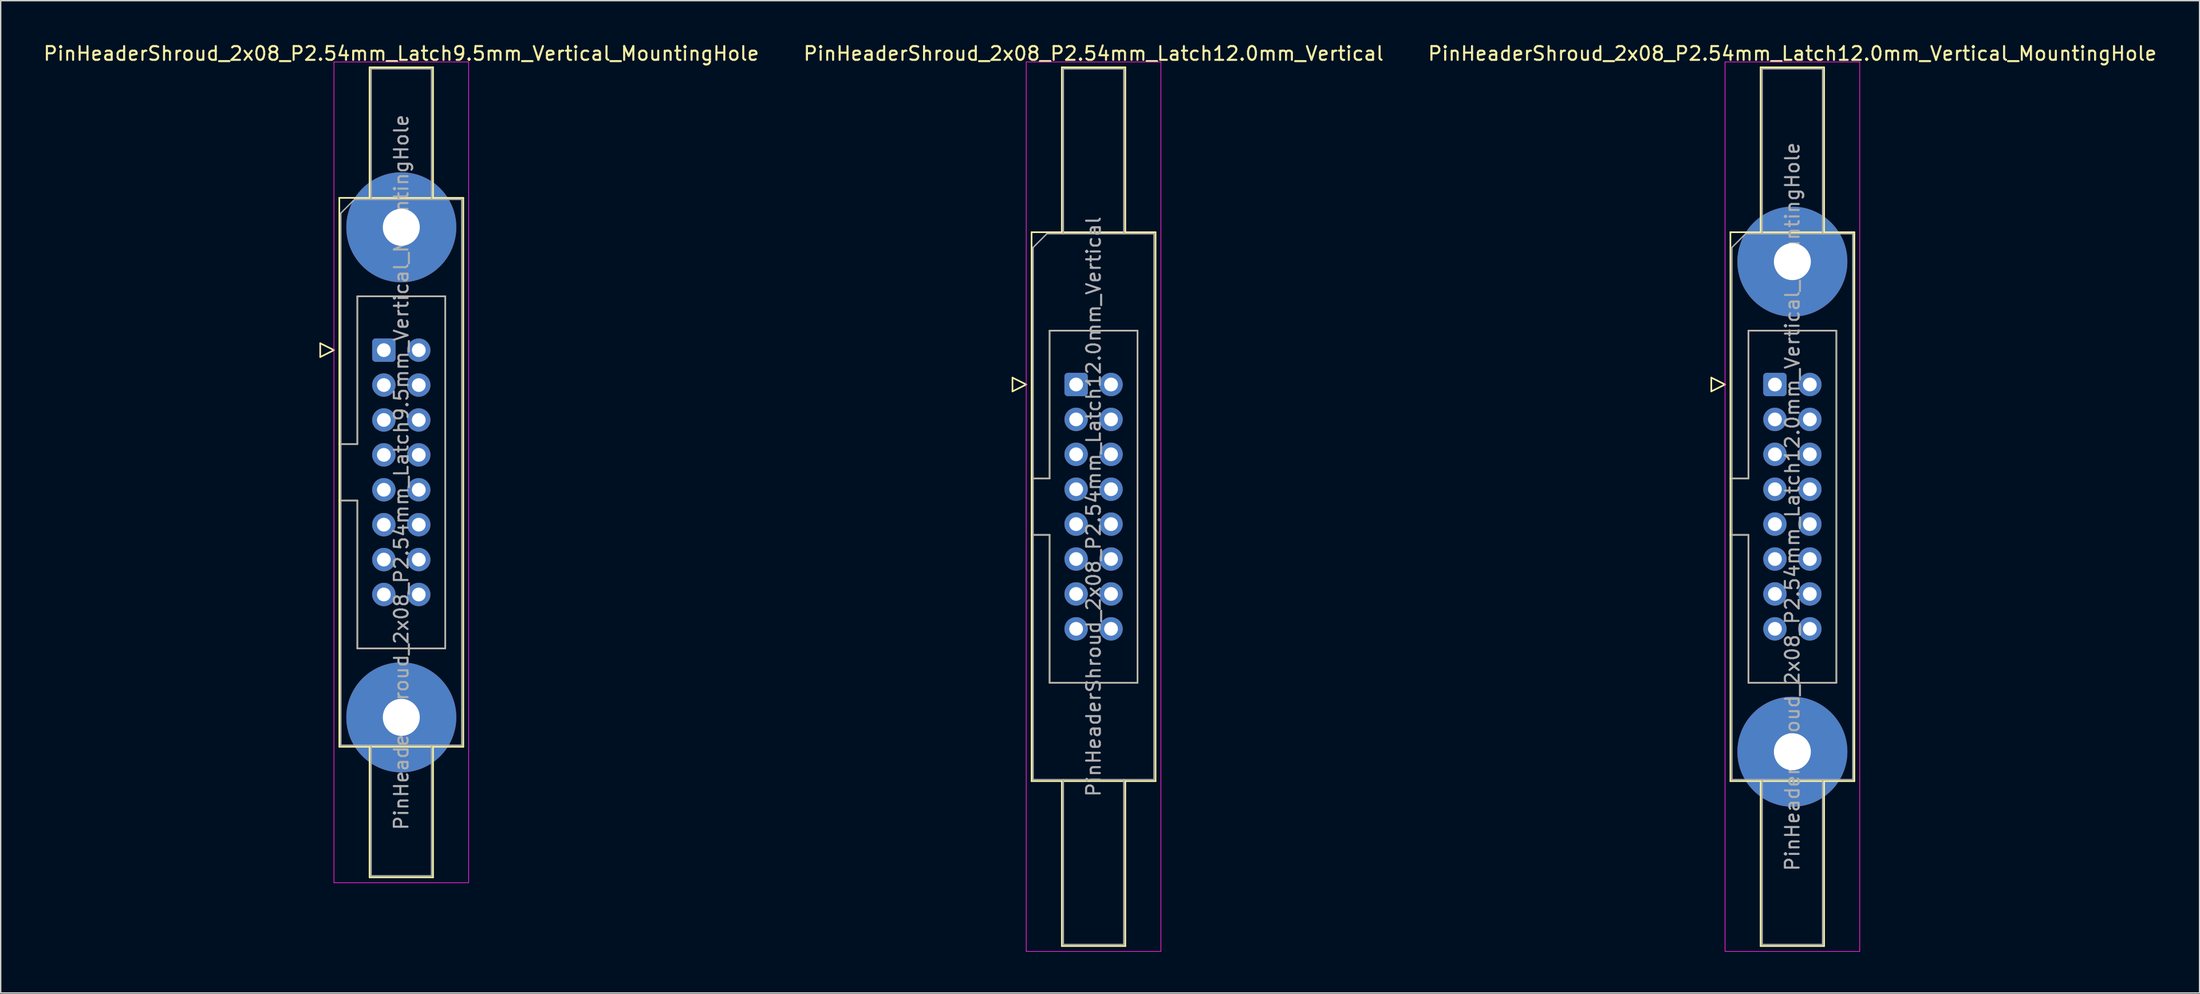
<source format=kicad_pcb>
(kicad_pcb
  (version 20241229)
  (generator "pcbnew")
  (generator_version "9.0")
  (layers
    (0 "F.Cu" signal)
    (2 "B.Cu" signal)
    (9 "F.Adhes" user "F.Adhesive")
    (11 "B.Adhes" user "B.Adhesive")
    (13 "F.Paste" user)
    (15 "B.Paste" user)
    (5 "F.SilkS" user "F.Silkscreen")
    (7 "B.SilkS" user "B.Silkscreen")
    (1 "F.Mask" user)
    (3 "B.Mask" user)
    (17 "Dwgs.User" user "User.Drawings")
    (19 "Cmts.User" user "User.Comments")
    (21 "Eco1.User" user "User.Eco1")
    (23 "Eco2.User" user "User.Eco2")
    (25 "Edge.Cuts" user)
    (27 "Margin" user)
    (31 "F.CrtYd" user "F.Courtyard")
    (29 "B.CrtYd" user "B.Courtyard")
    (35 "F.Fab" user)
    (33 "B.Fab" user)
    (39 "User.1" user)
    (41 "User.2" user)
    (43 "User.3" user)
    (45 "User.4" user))
  (footprint "PinHeaderShroud_2x08_P2.54mm_Latch12.0mm_Vertical"
    (layer "F.Cu")
    (at 75.248 24.928)
    (property "Reference" "PinHeaderShroud_2x08_P2.54mm_Latch12.0mm_Vertical" (at 1.27 -24.08 0) (layer "F.SilkS") (effects (font (size 1 1) (thickness 0.15))))
    (attr through_hole)
    (fp_line (start -4.63 -0.5) (end -4.63 0.5) (stroke (width 0.12) (type solid)) (layer "F.SilkS"))
    (fp_line (start -4.63 0.5) (end -3.63 0) (stroke (width 0.12) (type solid)) (layer "F.SilkS"))
    (fp_line (start -3.63 0) (end -4.63 -0.5) (stroke (width 0.12) (type solid)) (layer "F.SilkS"))
    (fp_line (start -3.24 -11.08) (end 5.78 -11.08) (stroke (width 0.12) (type solid)) (layer "F.SilkS"))
    (fp_line (start -3.24 6.84) (end -1.93 6.84) (stroke (width 0.12) (type solid)) (layer "F.SilkS"))
    (fp_line (start -3.24 10.94) (end -1.93 10.94) (stroke (width 0.12) (type solid)) (layer "F.SilkS"))
    (fp_line (start -3.24 28.86) (end -3.24 -11.08) (stroke (width 0.12) (type solid)) (layer "F.SilkS"))
    (fp_line (start -1.93 -3.92) (end 4.47 -3.92) (stroke (width 0.12) (type solid)) (layer "F.SilkS"))
    (fp_line (start -1.93 6.84) (end -1.93 -3.92) (stroke (width 0.12) (type solid)) (layer "F.SilkS"))
    (fp_line (start -1.93 21.7) (end -1.93 10.94) (stroke (width 0.12) (type solid)) (layer "F.SilkS"))
    (fp_line (start -1.04 -23.08) (end 3.58 -23.08) (stroke (width 0.12) (type solid)) (layer "F.SilkS"))
    (fp_line (start -1.04 -11.08) (end -1.04 -23.08) (stroke (width 0.12) (type solid)) (layer "F.SilkS"))
    (fp_line (start -1.04 28.86) (end -1.04 40.86) (stroke (width 0.12) (type solid)) (layer "F.SilkS"))
    (fp_line (start -1.04 40.86) (end 3.58 40.86) (stroke (width 0.12) (type solid)) (layer "F.SilkS"))
    (fp_line (start 3.58 -23.08) (end 3.58 -11.08) (stroke (width 0.12) (type solid)) (layer "F.SilkS"))
    (fp_line (start 3.58 40.86) (end 3.58 28.86) (stroke (width 0.12) (type solid)) (layer "F.SilkS"))
    (fp_line (start 4.47 -3.92) (end 4.47 21.7) (stroke (width 0.12) (type solid)) (layer "F.SilkS"))
    (fp_line (start 4.47 21.7) (end -1.93 21.7) (stroke (width 0.12) (type solid)) (layer "F.SilkS"))
    (fp_line (start 5.78 -11.08) (end 5.78 28.86) (stroke (width 0.12) (type solid)) (layer "F.SilkS"))
    (fp_line (start 5.78 28.86) (end -3.24 28.86) (stroke (width 0.12) (type solid)) (layer "F.SilkS"))
    (fp_line (start -3.63 -23.47) (end -3.63 41.25) (stroke (width 0.05) (type solid)) (layer "F.CrtYd"))
    (fp_line (start -3.63 41.25) (end 6.17 41.25) (stroke (width 0.05) (type solid)) (layer "F.CrtYd"))
    (fp_line (start 6.17 -23.47) (end -3.63 -23.47) (stroke (width 0.05) (type solid)) (layer "F.CrtYd"))
    (fp_line (start 6.17 41.25) (end 6.17 -23.47) (stroke (width 0.05) (type solid)) (layer "F.CrtYd"))
    (fp_line (start -3.13 -9.97) (end -2.13 -10.97) (stroke (width 0.1) (type solid)) (layer "F.Fab"))
    (fp_line (start -3.13 6.84) (end -1.93 6.84) (stroke (width 0.1) (type solid)) (layer "F.Fab"))
    (fp_line (start -3.13 10.94) (end -1.93 10.94) (stroke (width 0.1) (type solid)) (layer "F.Fab"))
    (fp_line (start -3.13 28.75) (end -3.13 -9.97) (stroke (width 0.1) (type solid)) (layer "F.Fab"))
    (fp_line (start -2.13 -10.97) (end 5.67 -10.97) (stroke (width 0.1) (type solid)) (layer "F.Fab"))
    (fp_line (start -1.93 -3.92) (end 4.47 -3.92) (stroke (width 0.1) (type solid)) (layer "F.Fab"))
    (fp_line (start -1.93 6.84) (end -1.93 -3.92) (stroke (width 0.1) (type solid)) (layer "F.Fab"))
    (fp_line (start -1.93 21.7) (end -1.93 10.94) (stroke (width 0.1) (type solid)) (layer "F.Fab"))
    (fp_line (start -0.93 -22.97) (end 3.47 -22.97) (stroke (width 0.1) (type solid)) (layer "F.Fab"))
    (fp_line (start -0.93 -10.97) (end -0.93 -22.97) (stroke (width 0.1) (type solid)) (layer "F.Fab"))
    (fp_line (start -0.93 28.75) (end -0.93 40.75) (stroke (width 0.1) (type solid)) (layer "F.Fab"))
    (fp_line (start -0.93 40.75) (end 3.47 40.75) (stroke (width 0.1) (type solid)) (layer "F.Fab"))
    (fp_line (start 3.47 -22.97) (end 3.47 -10.97) (stroke (width 0.1) (type solid)) (layer "F.Fab"))
    (fp_line (start 3.47 40.75) (end 3.47 28.75) (stroke (width 0.1) (type solid)) (layer "F.Fab"))
    (fp_line (start 4.47 -3.92) (end 4.47 21.7) (stroke (width 0.1) (type solid)) (layer "F.Fab"))
    (fp_line (start 4.47 21.7) (end -1.93 21.7) (stroke (width 0.1) (type solid)) (layer "F.Fab"))
    (fp_line (start 5.67 -10.97) (end 5.67 28.75) (stroke (width 0.1) (type solid)) (layer "F.Fab"))
    (fp_line (start 5.67 28.75) (end -3.13 28.75) (stroke (width 0.1) (type solid)) (layer "F.Fab"))
    (fp_text user "${REFERENCE}" (at 1.27 8.89 90) (layer "F.Fab") (effects (font (size 1 1) (thickness 0.15))))
    (pad "1" thru_hole roundrect (at 0 0) (size 1.7 1.7) (drill 1) (layers "*.Cu" "*.Mask") (roundrect_rratio 0.147))
    (pad "2" thru_hole circle (at 2.54 0) (size 1.7 1.7) (drill 1) (layers "*.Cu" "*.Mask"))
    (pad "3" thru_hole circle (at 0 2.54) (size 1.7 1.7) (drill 1) (layers "*.Cu" "*.Mask"))
    (pad "4" thru_hole circle (at 2.54 2.54) (size 1.7 1.7) (drill 1) (layers "*.Cu" "*.Mask"))
    (pad "5" thru_hole circle (at 0 5.08) (size 1.7 1.7) (drill 1) (layers "*.Cu" "*.Mask"))
    (pad "6" thru_hole circle (at 2.54 5.08) (size 1.7 1.7) (drill 1) (layers "*.Cu" "*.Mask"))
    (pad "7" thru_hole circle (at 0 7.62) (size 1.7 1.7) (drill 1) (layers "*.Cu" "*.Mask"))
    (pad "8" thru_hole circle (at 2.54 7.62) (size 1.7 1.7) (drill 1) (layers "*.Cu" "*.Mask"))
    (pad "9" thru_hole circle (at 0 10.16) (size 1.7 1.7) (drill 1) (layers "*.Cu" "*.Mask"))
    (pad "10" thru_hole circle (at 2.54 10.16) (size 1.7 1.7) (drill 1) (layers "*.Cu" "*.Mask"))
    (pad "11" thru_hole circle (at 0 12.7) (size 1.7 1.7) (drill 1) (layers "*.Cu" "*.Mask"))
    (pad "12" thru_hole circle (at 2.54 12.7) (size 1.7 1.7) (drill 1) (layers "*.Cu" "*.Mask"))
    (pad "13" thru_hole circle (at 0 15.24) (size 1.7 1.7) (drill 1) (layers "*.Cu" "*.Mask"))
    (pad "14" thru_hole circle (at 2.54 15.24) (size 1.7 1.7) (drill 1) (layers "*.Cu" "*.Mask"))
    (pad "15" thru_hole circle (at 0 17.78) (size 1.7 1.7) (drill 1) (layers "*.Cu" "*.Mask"))
    (pad "16" thru_hole circle (at 2.54 17.78) (size 1.7 1.7) (drill 1) (layers "*.Cu" "*.Mask")))
  (footprint "PinHeaderShroud_2x08_P2.54mm_Latch12.0mm_Vertical_MountingHole"
    (layer "F.Cu")
    (at 126.093 24.928)
    (property "Reference" "PinHeaderShroud_2x08_P2.54mm_Latch12.0mm_Vertical_MountingHole" (at 1.27 -24.08 0) (layer "F.SilkS") (effects (font (size 1 1) (thickness 0.15))))
    (attr through_hole)
    (fp_line (start -4.63 -0.5) (end -4.63 0.5) (stroke (width 0.12) (type solid)) (layer "F.SilkS"))
    (fp_line (start -4.63 0.5) (end -3.63 0) (stroke (width 0.12) (type solid)) (layer "F.SilkS"))
    (fp_line (start -3.63 0) (end -4.63 -0.5) (stroke (width 0.12) (type solid)) (layer "F.SilkS"))
    (fp_line (start -3.24 -11.08) (end 5.78 -11.08) (stroke (width 0.12) (type solid)) (layer "F.SilkS"))
    (fp_line (start -3.24 6.84) (end -1.93 6.84) (stroke (width 0.12) (type solid)) (layer "F.SilkS"))
    (fp_line (start -3.24 10.94) (end -1.93 10.94) (stroke (width 0.12) (type solid)) (layer "F.SilkS"))
    (fp_line (start -3.24 28.86) (end -3.24 -11.08) (stroke (width 0.12) (type solid)) (layer "F.SilkS"))
    (fp_line (start -1.93 -3.92) (end 4.47 -3.92) (stroke (width 0.12) (type solid)) (layer "F.SilkS"))
    (fp_line (start -1.93 6.84) (end -1.93 -3.92) (stroke (width 0.12) (type solid)) (layer "F.SilkS"))
    (fp_line (start -1.93 21.7) (end -1.93 10.94) (stroke (width 0.12) (type solid)) (layer "F.SilkS"))
    (fp_line (start -1.04 -23.08) (end 3.58 -23.08) (stroke (width 0.12) (type solid)) (layer "F.SilkS"))
    (fp_line (start -1.04 -11.08) (end -1.04 -23.08) (stroke (width 0.12) (type solid)) (layer "F.SilkS"))
    (fp_line (start -1.04 28.86) (end -1.04 40.86) (stroke (width 0.12) (type solid)) (layer "F.SilkS"))
    (fp_line (start -1.04 40.86) (end 3.58 40.86) (stroke (width 0.12) (type solid)) (layer "F.SilkS"))
    (fp_line (start 3.58 -23.08) (end 3.58 -11.08) (stroke (width 0.12) (type solid)) (layer "F.SilkS"))
    (fp_line (start 3.58 40.86) (end 3.58 28.86) (stroke (width 0.12) (type solid)) (layer "F.SilkS"))
    (fp_line (start 4.47 -3.92) (end 4.47 21.7) (stroke (width 0.12) (type solid)) (layer "F.SilkS"))
    (fp_line (start 4.47 21.7) (end -1.93 21.7) (stroke (width 0.12) (type solid)) (layer "F.SilkS"))
    (fp_line (start 5.78 -11.08) (end 5.78 28.86) (stroke (width 0.12) (type solid)) (layer "F.SilkS"))
    (fp_line (start 5.78 28.86) (end -3.24 28.86) (stroke (width 0.12) (type solid)) (layer "F.SilkS"))
    (fp_line (start -3.63 -23.47) (end -3.63 41.25) (stroke (width 0.05) (type solid)) (layer "F.CrtYd"))
    (fp_line (start -3.63 41.25) (end 6.17 41.25) (stroke (width 0.05) (type solid)) (layer "F.CrtYd"))
    (fp_line (start 6.17 -23.47) (end -3.63 -23.47) (stroke (width 0.05) (type solid)) (layer "F.CrtYd"))
    (fp_line (start 6.17 41.25) (end 6.17 -23.47) (stroke (width 0.05) (type solid)) (layer "F.CrtYd"))
    (fp_line (start -3.13 -9.97) (end -2.13 -10.97) (stroke (width 0.1) (type solid)) (layer "F.Fab"))
    (fp_line (start -3.13 6.84) (end -1.93 6.84) (stroke (width 0.1) (type solid)) (layer "F.Fab"))
    (fp_line (start -3.13 10.94) (end -1.93 10.94) (stroke (width 0.1) (type solid)) (layer "F.Fab"))
    (fp_line (start -3.13 28.75) (end -3.13 -9.97) (stroke (width 0.1) (type solid)) (layer "F.Fab"))
    (fp_line (start -2.13 -10.97) (end 5.67 -10.97) (stroke (width 0.1) (type solid)) (layer "F.Fab"))
    (fp_line (start -1.93 -3.92) (end 4.47 -3.92) (stroke (width 0.1) (type solid)) (layer "F.Fab"))
    (fp_line (start -1.93 6.84) (end -1.93 -3.92) (stroke (width 0.1) (type solid)) (layer "F.Fab"))
    (fp_line (start -1.93 21.7) (end -1.93 10.94) (stroke (width 0.1) (type solid)) (layer "F.Fab"))
    (fp_line (start -0.93 -22.97) (end 3.47 -22.97) (stroke (width 0.1) (type solid)) (layer "F.Fab"))
    (fp_line (start -0.93 -10.97) (end -0.93 -22.97) (stroke (width 0.1) (type solid)) (layer "F.Fab"))
    (fp_line (start -0.93 28.75) (end -0.93 40.75) (stroke (width 0.1) (type solid)) (layer "F.Fab"))
    (fp_line (start -0.93 40.75) (end 3.47 40.75) (stroke (width 0.1) (type solid)) (layer "F.Fab"))
    (fp_line (start 3.47 -22.97) (end 3.47 -10.97) (stroke (width 0.1) (type solid)) (layer "F.Fab"))
    (fp_line (start 3.47 40.75) (end 3.47 28.75) (stroke (width 0.1) (type solid)) (layer "F.Fab"))
    (fp_line (start 4.47 -3.92) (end 4.47 21.7) (stroke (width 0.1) (type solid)) (layer "F.Fab"))
    (fp_line (start 4.47 21.7) (end -1.93 21.7) (stroke (width 0.1) (type solid)) (layer "F.Fab"))
    (fp_line (start 5.67 -10.97) (end 5.67 28.75) (stroke (width 0.1) (type solid)) (layer "F.Fab"))
    (fp_line (start 5.67 28.75) (end -3.13 28.75) (stroke (width 0.1) (type solid)) (layer "F.Fab"))
    (fp_text user "${REFERENCE}" (at 1.27 8.89 90) (layer "F.Fab") (effects (font (size 1 1) (thickness 0.15))))
    (pad "" thru_hole circle (at 1.27 -8.94) (size 8 8) (drill 2.69) (layers "*.Cu" "*.Mask"))
    (pad "" thru_hole circle (at 1.27 26.72) (size 8 8) (drill 2.69) (layers "*.Cu" "*.Mask"))
    (pad "1" thru_hole roundrect (at 0 0) (size 1.7 1.7) (drill 1) (layers "*.Cu" "*.Mask") (roundrect_rratio 0.147))
    (pad "2" thru_hole circle (at 2.54 0) (size 1.7 1.7) (drill 1) (layers "*.Cu" "*.Mask"))
    (pad "3" thru_hole circle (at 0 2.54) (size 1.7 1.7) (drill 1) (layers "*.Cu" "*.Mask"))
    (pad "4" thru_hole circle (at 2.54 2.54) (size 1.7 1.7) (drill 1) (layers "*.Cu" "*.Mask"))
    (pad "5" thru_hole circle (at 0 5.08) (size 1.7 1.7) (drill 1) (layers "*.Cu" "*.Mask"))
    (pad "6" thru_hole circle (at 2.54 5.08) (size 1.7 1.7) (drill 1) (layers "*.Cu" "*.Mask"))
    (pad "7" thru_hole circle (at 0 7.62) (size 1.7 1.7) (drill 1) (layers "*.Cu" "*.Mask"))
    (pad "8" thru_hole circle (at 2.54 7.62) (size 1.7 1.7) (drill 1) (layers "*.Cu" "*.Mask"))
    (pad "9" thru_hole circle (at 0 10.16) (size 1.7 1.7) (drill 1) (layers "*.Cu" "*.Mask"))
    (pad "10" thru_hole circle (at 2.54 10.16) (size 1.7 1.7) (drill 1) (layers "*.Cu" "*.Mask"))
    (pad "11" thru_hole circle (at 0 12.7) (size 1.7 1.7) (drill 1) (layers "*.Cu" "*.Mask"))
    (pad "12" thru_hole circle (at 2.54 12.7) (size 1.7 1.7) (drill 1) (layers "*.Cu" "*.Mask"))
    (pad "13" thru_hole circle (at 0 15.24) (size 1.7 1.7) (drill 1) (layers "*.Cu" "*.Mask"))
    (pad "14" thru_hole circle (at 2.54 15.24) (size 1.7 1.7) (drill 1) (layers "*.Cu" "*.Mask"))
    (pad "15" thru_hole circle (at 0 17.78) (size 1.7 1.7) (drill 1) (layers "*.Cu" "*.Mask"))
    (pad "16" thru_hole circle (at 2.54 17.78) (size 1.7 1.7) (drill 1) (layers "*.Cu" "*.Mask")))
  (footprint "PinHeaderShroud_2x08_P2.54mm_Latch9.5mm_Vertical_MountingHole"
    (layer "F.Cu")
    (at 24.879 22.428)
    (property "Reference" "PinHeaderShroud_2x08_P2.54mm_Latch9.5mm_Vertical_MountingHole" (at 1.27 -21.58 0) (layer "F.SilkS") (effects (font (size 1 1) (thickness 0.15))))
    (attr through_hole)
    (fp_line (start -4.63 -0.5) (end -4.63 0.5) (stroke (width 0.12) (type solid)) (layer "F.SilkS"))
    (fp_line (start -4.63 0.5) (end -3.63 0) (stroke (width 0.12) (type solid)) (layer "F.SilkS"))
    (fp_line (start -3.63 0) (end -4.63 -0.5) (stroke (width 0.12) (type solid)) (layer "F.SilkS"))
    (fp_line (start -3.24 -11.08) (end 5.78 -11.08) (stroke (width 0.12) (type solid)) (layer "F.SilkS"))
    (fp_line (start -3.24 6.84) (end -1.93 6.84) (stroke (width 0.12) (type solid)) (layer "F.SilkS"))
    (fp_line (start -3.24 10.94) (end -1.93 10.94) (stroke (width 0.12) (type solid)) (layer "F.SilkS"))
    (fp_line (start -3.24 28.86) (end -3.24 -11.08) (stroke (width 0.12) (type solid)) (layer "F.SilkS"))
    (fp_line (start -1.93 -3.92) (end 4.47 -3.92) (stroke (width 0.12) (type solid)) (layer "F.SilkS"))
    (fp_line (start -1.93 6.84) (end -1.93 -3.92) (stroke (width 0.12) (type solid)) (layer "F.SilkS"))
    (fp_line (start -1.93 21.7) (end -1.93 10.94) (stroke (width 0.12) (type solid)) (layer "F.SilkS"))
    (fp_line (start -1.04 -20.58) (end 3.58 -20.58) (stroke (width 0.12) (type solid)) (layer "F.SilkS"))
    (fp_line (start -1.04 -11.08) (end -1.04 -20.58) (stroke (width 0.12) (type solid)) (layer "F.SilkS"))
    (fp_line (start -1.04 28.86) (end -1.04 38.36) (stroke (width 0.12) (type solid)) (layer "F.SilkS"))
    (fp_line (start -1.04 38.36) (end 3.58 38.36) (stroke (width 0.12) (type solid)) (layer "F.SilkS"))
    (fp_line (start 3.58 -20.58) (end 3.58 -11.08) (stroke (width 0.12) (type solid)) (layer "F.SilkS"))
    (fp_line (start 3.58 38.36) (end 3.58 28.86) (stroke (width 0.12) (type solid)) (layer "F.SilkS"))
    (fp_line (start 4.47 -3.92) (end 4.47 21.7) (stroke (width 0.12) (type solid)) (layer "F.SilkS"))
    (fp_line (start 4.47 21.7) (end -1.93 21.7) (stroke (width 0.12) (type solid)) (layer "F.SilkS"))
    (fp_line (start 5.78 -11.08) (end 5.78 28.86) (stroke (width 0.12) (type solid)) (layer "F.SilkS"))
    (fp_line (start 5.78 28.86) (end -3.24 28.86) (stroke (width 0.12) (type solid)) (layer "F.SilkS"))
    (fp_line (start -3.63 -20.97) (end -3.63 38.75) (stroke (width 0.05) (type solid)) (layer "F.CrtYd"))
    (fp_line (start -3.63 38.75) (end 6.17 38.75) (stroke (width 0.05) (type solid)) (layer "F.CrtYd"))
    (fp_line (start 6.17 -20.97) (end -3.63 -20.97) (stroke (width 0.05) (type solid)) (layer "F.CrtYd"))
    (fp_line (start 6.17 38.75) (end 6.17 -20.97) (stroke (width 0.05) (type solid)) (layer "F.CrtYd"))
    (fp_line (start -3.13 -9.97) (end -2.13 -10.97) (stroke (width 0.1) (type solid)) (layer "F.Fab"))
    (fp_line (start -3.13 6.84) (end -1.93 6.84) (stroke (width 0.1) (type solid)) (layer "F.Fab"))
    (fp_line (start -3.13 10.94) (end -1.93 10.94) (stroke (width 0.1) (type solid)) (layer "F.Fab"))
    (fp_line (start -3.13 28.75) (end -3.13 -9.97) (stroke (width 0.1) (type solid)) (layer "F.Fab"))
    (fp_line (start -2.13 -10.97) (end 5.67 -10.97) (stroke (width 0.1) (type solid)) (layer "F.Fab"))
    (fp_line (start -1.93 -3.92) (end 4.47 -3.92) (stroke (width 0.1) (type solid)) (layer "F.Fab"))
    (fp_line (start -1.93 6.84) (end -1.93 -3.92) (stroke (width 0.1) (type solid)) (layer "F.Fab"))
    (fp_line (start -1.93 21.7) (end -1.93 10.94) (stroke (width 0.1) (type solid)) (layer "F.Fab"))
    (fp_line (start -0.93 -20.47) (end 3.47 -20.47) (stroke (width 0.1) (type solid)) (layer "F.Fab"))
    (fp_line (start -0.93 -10.97) (end -0.93 -20.47) (stroke (width 0.1) (type solid)) (layer "F.Fab"))
    (fp_line (start -0.93 28.75) (end -0.93 38.25) (stroke (width 0.1) (type solid)) (layer "F.Fab"))
    (fp_line (start -0.93 38.25) (end 3.47 38.25) (stroke (width 0.1) (type solid)) (layer "F.Fab"))
    (fp_line (start 3.47 -20.47) (end 3.47 -10.97) (stroke (width 0.1) (type solid)) (layer "F.Fab"))
    (fp_line (start 3.47 38.25) (end 3.47 28.75) (stroke (width 0.1) (type solid)) (layer "F.Fab"))
    (fp_line (start 4.47 -3.92) (end 4.47 21.7) (stroke (width 0.1) (type solid)) (layer "F.Fab"))
    (fp_line (start 4.47 21.7) (end -1.93 21.7) (stroke (width 0.1) (type solid)) (layer "F.Fab"))
    (fp_line (start 5.67 -10.97) (end 5.67 28.75) (stroke (width 0.1) (type solid)) (layer "F.Fab"))
    (fp_line (start 5.67 28.75) (end -3.13 28.75) (stroke (width 0.1) (type solid)) (layer "F.Fab"))
    (fp_text user "${REFERENCE}" (at 1.27 8.89 90) (layer "F.Fab") (effects (font (size 1 1) (thickness 0.15))))
    (pad "" thru_hole circle (at 1.27 -8.94) (size 8 8) (drill 2.69) (layers "*.Cu" "*.Mask"))
    (pad "" thru_hole circle (at 1.27 26.72) (size 8 8) (drill 2.69) (layers "*.Cu" "*.Mask"))
    (pad "1" thru_hole roundrect (at 0 0) (size 1.7 1.7) (drill 1) (layers "*.Cu" "*.Mask") (roundrect_rratio 0.147))
    (pad "2" thru_hole circle (at 2.54 0) (size 1.7 1.7) (drill 1) (layers "*.Cu" "*.Mask"))
    (pad "3" thru_hole circle (at 0 2.54) (size 1.7 1.7) (drill 1) (layers "*.Cu" "*.Mask"))
    (pad "4" thru_hole circle (at 2.54 2.54) (size 1.7 1.7) (drill 1) (layers "*.Cu" "*.Mask"))
    (pad "5" thru_hole circle (at 0 5.08) (size 1.7 1.7) (drill 1) (layers "*.Cu" "*.Mask"))
    (pad "6" thru_hole circle (at 2.54 5.08) (size 1.7 1.7) (drill 1) (layers "*.Cu" "*.Mask"))
    (pad "7" thru_hole circle (at 0 7.62) (size 1.7 1.7) (drill 1) (layers "*.Cu" "*.Mask"))
    (pad "8" thru_hole circle (at 2.54 7.62) (size 1.7 1.7) (drill 1) (layers "*.Cu" "*.Mask"))
    (pad "9" thru_hole circle (at 0 10.16) (size 1.7 1.7) (drill 1) (layers "*.Cu" "*.Mask"))
    (pad "10" thru_hole circle (at 2.54 10.16) (size 1.7 1.7) (drill 1) (layers "*.Cu" "*.Mask"))
    (pad "11" thru_hole circle (at 0 12.7) (size 1.7 1.7) (drill 1) (layers "*.Cu" "*.Mask"))
    (pad "12" thru_hole circle (at 2.54 12.7) (size 1.7 1.7) (drill 1) (layers "*.Cu" "*.Mask"))
    (pad "13" thru_hole circle (at 0 15.24) (size 1.7 1.7) (drill 1) (layers "*.Cu" "*.Mask"))
    (pad "14" thru_hole circle (at 2.54 15.24) (size 1.7 1.7) (drill 1) (layers "*.Cu" "*.Mask"))
    (pad "15" thru_hole circle (at 0 17.78) (size 1.7 1.7) (drill 1) (layers "*.Cu" "*.Mask"))
    (pad "16" thru_hole circle (at 2.54 17.78) (size 1.7 1.7) (drill 1) (layers "*.Cu" "*.Mask")))
  (gr_rect
    (start -3 -3)
    (end 156.988 69.203)
    (stroke (width 0.1) (type default))
    (fill no)
    (layer "Edge.Cuts")))
</source>
